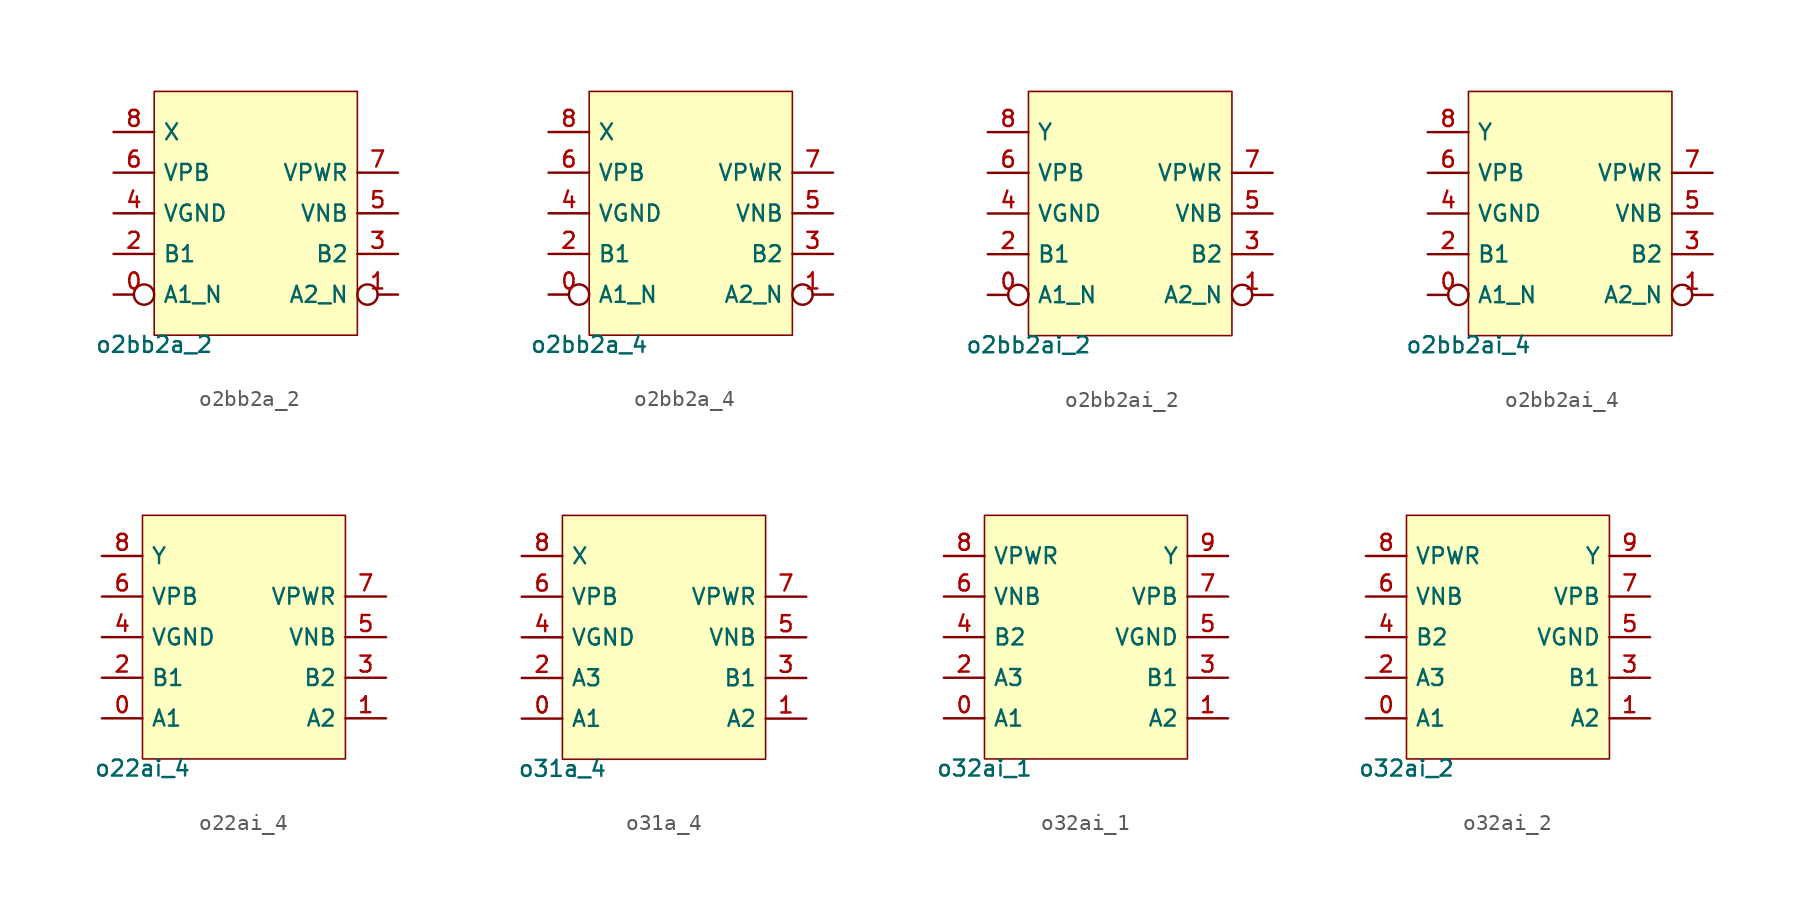
<source format=kicad_sym>
(kicad_symbol_lib
  (version 20211014)
  (generator pdk2kicad)
  (symbol "o2bb2a_2"
    (property "Reference" "X"
      (at 0 0 0)
      (effects (font (size 1 1)) hide))
    (property "Value" "o2bb2a_2"
      (at -6.35 -7.62 0)
      (effects (font (size 1 1)) (justify top)))
    (rectangle
      (start -6.35 -7.62)
      (end 6.35 7.62)
      (stroke (width 0.1) (type solid) (color 0 0 0 0))
      (fill (type background)))
    (pin bidirectional inverted
      (at -8.89 -5.08 0)
      (length 2.54)
      (name "A1_N" (effects (font (size 1 1)) hide))
      (number "0" (effects (font (size 1 1)) hide)))
    (pin bidirectional inverted
      (at 8.89 -5.08 180)
      (length 2.54)
      (name "A2_N" (effects (font (size 1 1)) hide))
      (number "1" (effects (font (size 1 1)) hide)))
    (pin bidirectional line
      (at -8.89 -2.54 0)
      (length 2.54)
      (name "B1" (effects (font (size 1 1)) hide))
      (number "2" (effects (font (size 1 1)) hide)))
    (pin bidirectional line
      (at 8.89 -2.54 180)
      (length 2.54)
      (name "B2" (effects (font (size 1 1)) hide))
      (number "3" (effects (font (size 1 1)) hide)))
    (pin bidirectional line
      (at -8.89 8.881784197001252e-16 0)
      (length 2.54)
      (name "VGND" (effects (font (size 1 1)) hide))
      (number "4" (effects (font (size 1 1)) hide)))
    (pin bidirectional line
      (at 8.89 8.881784197001252e-16 180)
      (length 2.54)
      (name "VNB" (effects (font (size 1 1)) hide))
      (number "5" (effects (font (size 1 1)) hide)))
    (pin bidirectional line
      (at -8.89 2.54 0)
      (length 2.54)
      (name "VPB" (effects (font (size 1 1)) hide))
      (number "6" (effects (font (size 1 1)) hide)))
    (pin bidirectional line
      (at 8.89 2.54 180)
      (length 2.54)
      (name "VPWR" (effects (font (size 1 1)) hide))
      (number "7" (effects (font (size 1 1)) hide)))
    (pin bidirectional line
      (at -8.89 5.08 0)
      (length 2.54)
      (name "X" (effects (font (size 1 1)) hide))
      (number "8" (effects (font (size 1 1)) hide))))
  (symbol "o2bb2a_4"
    (property "Reference" "X"
      (at 0 0 0)
      (effects (font (size 1 1)) hide))
    (property "Value" "o2bb2a_4"
      (at -6.35 -7.62 0)
      (effects (font (size 1 1)) (justify top)))
    (rectangle
      (start -6.35 -7.62)
      (end 6.35 7.62)
      (stroke (width 0.1) (type solid) (color 0 0 0 0))
      (fill (type background)))
    (pin bidirectional inverted
      (at -8.89 -5.08 0)
      (length 2.54)
      (name "A1_N" (effects (font (size 1 1)) hide))
      (number "0" (effects (font (size 1 1)) hide)))
    (pin bidirectional inverted
      (at 8.89 -5.08 180)
      (length 2.54)
      (name "A2_N" (effects (font (size 1 1)) hide))
      (number "1" (effects (font (size 1 1)) hide)))
    (pin bidirectional line
      (at -8.89 -2.54 0)
      (length 2.54)
      (name "B1" (effects (font (size 1 1)) hide))
      (number "2" (effects (font (size 1 1)) hide)))
    (pin bidirectional line
      (at 8.89 -2.54 180)
      (length 2.54)
      (name "B2" (effects (font (size 1 1)) hide))
      (number "3" (effects (font (size 1 1)) hide)))
    (pin bidirectional line
      (at -8.89 8.881784197001252e-16 0)
      (length 2.54)
      (name "VGND" (effects (font (size 1 1)) hide))
      (number "4" (effects (font (size 1 1)) hide)))
    (pin bidirectional line
      (at 8.89 8.881784197001252e-16 180)
      (length 2.54)
      (name "VNB" (effects (font (size 1 1)) hide))
      (number "5" (effects (font (size 1 1)) hide)))
    (pin bidirectional line
      (at -8.89 2.54 0)
      (length 2.54)
      (name "VPB" (effects (font (size 1 1)) hide))
      (number "6" (effects (font (size 1 1)) hide)))
    (pin bidirectional line
      (at 8.89 2.54 180)
      (length 2.54)
      (name "VPWR" (effects (font (size 1 1)) hide))
      (number "7" (effects (font (size 1 1)) hide)))
    (pin bidirectional line
      (at -8.89 5.08 0)
      (length 2.54)
      (name "X" (effects (font (size 1 1)) hide))
      (number "8" (effects (font (size 1 1)) hide))))
  (symbol "o2bb2ai_2"
    (property "Reference" "X"
      (at 0 0 0)
      (effects (font (size 1 1)) hide))
    (property "Value" "o2bb2ai_2"
      (at -6.35 -7.62 0)
      (effects (font (size 1 1)) (justify top)))
    (rectangle
      (start -6.35 -7.62)
      (end 6.35 7.62)
      (stroke (width 0.1) (type solid) (color 0 0 0 0))
      (fill (type background)))
    (pin bidirectional inverted
      (at -8.89 -5.08 0)
      (length 2.54)
      (name "A1_N" (effects (font (size 1 1)) hide))
      (number "0" (effects (font (size 1 1)) hide)))
    (pin bidirectional inverted
      (at 8.89 -5.08 180)
      (length 2.54)
      (name "A2_N" (effects (font (size 1 1)) hide))
      (number "1" (effects (font (size 1 1)) hide)))
    (pin bidirectional line
      (at -8.89 -2.54 0)
      (length 2.54)
      (name "B1" (effects (font (size 1 1)) hide))
      (number "2" (effects (font (size 1 1)) hide)))
    (pin bidirectional line
      (at 8.89 -2.54 180)
      (length 2.54)
      (name "B2" (effects (font (size 1 1)) hide))
      (number "3" (effects (font (size 1 1)) hide)))
    (pin bidirectional line
      (at -8.89 8.881784197001252e-16 0)
      (length 2.54)
      (name "VGND" (effects (font (size 1 1)) hide))
      (number "4" (effects (font (size 1 1)) hide)))
    (pin bidirectional line
      (at 8.89 8.881784197001252e-16 180)
      (length 2.54)
      (name "VNB" (effects (font (size 1 1)) hide))
      (number "5" (effects (font (size 1 1)) hide)))
    (pin bidirectional line
      (at -8.89 2.54 0)
      (length 2.54)
      (name "VPB" (effects (font (size 1 1)) hide))
      (number "6" (effects (font (size 1 1)) hide)))
    (pin bidirectional line
      (at 8.89 2.54 180)
      (length 2.54)
      (name "VPWR" (effects (font (size 1 1)) hide))
      (number "7" (effects (font (size 1 1)) hide)))
    (pin bidirectional line
      (at -8.89 5.08 0)
      (length 2.54)
      (name "Y" (effects (font (size 1 1)) hide))
      (number "8" (effects (font (size 1 1)) hide))))
  (symbol "o2bb2ai_4"
    (property "Reference" "X"
      (at 0 0 0)
      (effects (font (size 1 1)) hide))
    (property "Value" "o2bb2ai_4"
      (at -6.35 -7.62 0)
      (effects (font (size 1 1)) (justify top)))
    (rectangle
      (start -6.35 -7.62)
      (end 6.35 7.62)
      (stroke (width 0.1) (type solid) (color 0 0 0 0))
      (fill (type background)))
    (pin bidirectional inverted
      (at -8.89 -5.08 0)
      (length 2.54)
      (name "A1_N" (effects (font (size 1 1)) hide))
      (number "0" (effects (font (size 1 1)) hide)))
    (pin bidirectional inverted
      (at 8.89 -5.08 180)
      (length 2.54)
      (name "A2_N" (effects (font (size 1 1)) hide))
      (number "1" (effects (font (size 1 1)) hide)))
    (pin bidirectional line
      (at -8.89 -2.54 0)
      (length 2.54)
      (name "B1" (effects (font (size 1 1)) hide))
      (number "2" (effects (font (size 1 1)) hide)))
    (pin bidirectional line
      (at 8.89 -2.54 180)
      (length 2.54)
      (name "B2" (effects (font (size 1 1)) hide))
      (number "3" (effects (font (size 1 1)) hide)))
    (pin bidirectional line
      (at -8.89 8.881784197001252e-16 0)
      (length 2.54)
      (name "VGND" (effects (font (size 1 1)) hide))
      (number "4" (effects (font (size 1 1)) hide)))
    (pin bidirectional line
      (at 8.89 8.881784197001252e-16 180)
      (length 2.54)
      (name "VNB" (effects (font (size 1 1)) hide))
      (number "5" (effects (font (size 1 1)) hide)))
    (pin bidirectional line
      (at -8.89 2.54 0)
      (length 2.54)
      (name "VPB" (effects (font (size 1 1)) hide))
      (number "6" (effects (font (size 1 1)) hide)))
    (pin bidirectional line
      (at 8.89 2.54 180)
      (length 2.54)
      (name "VPWR" (effects (font (size 1 1)) hide))
      (number "7" (effects (font (size 1 1)) hide)))
    (pin bidirectional line
      (at -8.89 5.08 0)
      (length 2.54)
      (name "Y" (effects (font (size 1 1)) hide))
      (number "8" (effects (font (size 1 1)) hide))))
  (symbol "o22ai_4"
    (property "Reference" "X"
      (at 0 0 0)
      (effects (font (size 1 1)) hide))
    (property "Value" "o22ai_4"
      (at -6.35 -7.62 0)
      (effects (font (size 1 1)) (justify top)))
    (rectangle
      (start -6.35 -7.62)
      (end 6.35 7.62)
      (stroke (width 0.1) (type solid) (color 0 0 0 0))
      (fill (type background)))
    (pin bidirectional line
      (at -8.89 -5.08 0)
      (length 2.54)
      (name "A1" (effects (font (size 1 1)) hide))
      (number "0" (effects (font (size 1 1)) hide)))
    (pin bidirectional line
      (at 8.89 -5.08 180)
      (length 2.54)
      (name "A2" (effects (font (size 1 1)) hide))
      (number "1" (effects (font (size 1 1)) hide)))
    (pin bidirectional line
      (at -8.89 -2.54 0)
      (length 2.54)
      (name "B1" (effects (font (size 1 1)) hide))
      (number "2" (effects (font (size 1 1)) hide)))
    (pin bidirectional line
      (at 8.89 -2.54 180)
      (length 2.54)
      (name "B2" (effects (font (size 1 1)) hide))
      (number "3" (effects (font (size 1 1)) hide)))
    (pin bidirectional line
      (at -8.89 8.881784197001252e-16 0)
      (length 2.54)
      (name "VGND" (effects (font (size 1 1)) hide))
      (number "4" (effects (font (size 1 1)) hide)))
    (pin bidirectional line
      (at 8.89 8.881784197001252e-16 180)
      (length 2.54)
      (name "VNB" (effects (font (size 1 1)) hide))
      (number "5" (effects (font (size 1 1)) hide)))
    (pin bidirectional line
      (at -8.89 2.54 0)
      (length 2.54)
      (name "VPB" (effects (font (size 1 1)) hide))
      (number "6" (effects (font (size 1 1)) hide)))
    (pin bidirectional line
      (at 8.89 2.54 180)
      (length 2.54)
      (name "VPWR" (effects (font (size 1 1)) hide))
      (number "7" (effects (font (size 1 1)) hide)))
    (pin bidirectional line
      (at -8.89 5.08 0)
      (length 2.54)
      (name "Y" (effects (font (size 1 1)) hide))
      (number "8" (effects (font (size 1 1)) hide))))
  (symbol "o31a_4"
    (property "Reference" "X"
      (at 0 0 0)
      (effects (font (size 1 1)) hide))
    (property "Value" "o31a_4"
      (at -6.35 -7.62 0)
      (effects (font (size 1 1)) (justify top)))
    (rectangle
      (start -6.35 -7.62)
      (end 6.35 7.62)
      (stroke (width 0.1) (type solid) (color 0 0 0 0))
      (fill (type background)))
    (pin bidirectional line
      (at -8.89 -5.08 0)
      (length 2.54)
      (name "A1" (effects (font (size 1 1)) hide))
      (number "0" (effects (font (size 1 1)) hide)))
    (pin bidirectional line
      (at 8.89 -5.08 180)
      (length 2.54)
      (name "A2" (effects (font (size 1 1)) hide))
      (number "1" (effects (font (size 1 1)) hide)))
    (pin bidirectional line
      (at -8.89 -2.54 0)
      (length 2.54)
      (name "A3" (effects (font (size 1 1)) hide))
      (number "2" (effects (font (size 1 1)) hide)))
    (pin bidirectional line
      (at 8.89 -2.54 180)
      (length 2.54)
      (name "B1" (effects (font (size 1 1)) hide))
      (number "3" (effects (font (size 1 1)) hide)))
    (pin bidirectional line
      (at -8.89 8.881784197001252e-16 0)
      (length 2.54)
      (name "VGND" (effects (font (size 1 1)) hide))
      (number "4" (effects (font (size 1 1)) hide)))
    (pin bidirectional line
      (at 8.89 8.881784197001252e-16 180)
      (length 2.54)
      (name "VNB" (effects (font (size 1 1)) hide))
      (number "5" (effects (font (size 1 1)) hide)))
    (pin bidirectional line
      (at -8.89 2.54 0)
      (length 2.54)
      (name "VPB" (effects (font (size 1 1)) hide))
      (number "6" (effects (font (size 1 1)) hide)))
    (pin bidirectional line
      (at 8.89 2.54 180)
      (length 2.54)
      (name "VPWR" (effects (font (size 1 1)) hide))
      (number "7" (effects (font (size 1 1)) hide)))
    (pin bidirectional line
      (at -8.89 5.08 0)
      (length 2.54)
      (name "X" (effects (font (size 1 1)) hide))
      (number "8" (effects (font (size 1 1)) hide))))
  (symbol "o32ai_1"
    (property "Reference" "X"
      (at 0 0 0)
      (effects (font (size 1 1)) hide))
    (property "Value" "o32ai_1"
      (at -6.35 -7.62 0)
      (effects (font (size 1 1)) (justify top)))
    (rectangle
      (start -6.35 -7.62)
      (end 6.35 7.62)
      (stroke (width 0.1) (type solid) (color 0 0 0 0))
      (fill (type background)))
    (pin bidirectional line
      (at -8.89 -5.08 0)
      (length 2.54)
      (name "A1" (effects (font (size 1 1)) hide))
      (number "0" (effects (font (size 1 1)) hide)))
    (pin bidirectional line
      (at 8.89 -5.08 180)
      (length 2.54)
      (name "A2" (effects (font (size 1 1)) hide))
      (number "1" (effects (font (size 1 1)) hide)))
    (pin bidirectional line
      (at -8.89 -2.54 0)
      (length 2.54)
      (name "A3" (effects (font (size 1 1)) hide))
      (number "2" (effects (font (size 1 1)) hide)))
    (pin bidirectional line
      (at 8.89 -2.54 180)
      (length 2.54)
      (name "B1" (effects (font (size 1 1)) hide))
      (number "3" (effects (font (size 1 1)) hide)))
    (pin bidirectional line
      (at -8.89 8.881784197001252e-16 0)
      (length 2.54)
      (name "B2" (effects (font (size 1 1)) hide))
      (number "4" (effects (font (size 1 1)) hide)))
    (pin bidirectional line
      (at 8.89 8.881784197001252e-16 180)
      (length 2.54)
      (name "VGND" (effects (font (size 1 1)) hide))
      (number "5" (effects (font (size 1 1)) hide)))
    (pin bidirectional line
      (at -8.89 2.54 0)
      (length 2.54)
      (name "VNB" (effects (font (size 1 1)) hide))
      (number "6" (effects (font (size 1 1)) hide)))
    (pin bidirectional line
      (at 8.89 2.54 180)
      (length 2.54)
      (name "VPB" (effects (font (size 1 1)) hide))
      (number "7" (effects (font (size 1 1)) hide)))
    (pin bidirectional line
      (at -8.89 5.08 0)
      (length 2.54)
      (name "VPWR" (effects (font (size 1 1)) hide))
      (number "8" (effects (font (size 1 1)) hide)))
    (pin bidirectional line
      (at 8.89 5.08 180)
      (length 2.54)
      (name "Y" (effects (font (size 1 1)) hide))
      (number "9" (effects (font (size 1 1)) hide))))
  (symbol "o32ai_2"
    (property "Reference" "X"
      (at 0 0 0)
      (effects (font (size 1 1)) hide))
    (property "Value" "o32ai_2"
      (at -6.35 -7.62 0)
      (effects (font (size 1 1)) (justify top)))
    (rectangle
      (start -6.35 -7.62)
      (end 6.35 7.62)
      (stroke (width 0.1) (type solid) (color 0 0 0 0))
      (fill (type background)))
    (pin bidirectional line
      (at -8.89 -5.08 0)
      (length 2.54)
      (name "A1" (effects (font (size 1 1)) hide))
      (number "0" (effects (font (size 1 1)) hide)))
    (pin bidirectional line
      (at 8.89 -5.08 180)
      (length 2.54)
      (name "A2" (effects (font (size 1 1)) hide))
      (number "1" (effects (font (size 1 1)) hide)))
    (pin bidirectional line
      (at -8.89 -2.54 0)
      (length 2.54)
      (name "A3" (effects (font (size 1 1)) hide))
      (number "2" (effects (font (size 1 1)) hide)))
    (pin bidirectional line
      (at 8.89 -2.54 180)
      (length 2.54)
      (name "B1" (effects (font (size 1 1)) hide))
      (number "3" (effects (font (size 1 1)) hide)))
    (pin bidirectional line
      (at -8.89 8.881784197001252e-16 0)
      (length 2.54)
      (name "B2" (effects (font (size 1 1)) hide))
      (number "4" (effects (font (size 1 1)) hide)))
    (pin bidirectional line
      (at 8.89 8.881784197001252e-16 180)
      (length 2.54)
      (name "VGND" (effects (font (size 1 1)) hide))
      (number "5" (effects (font (size 1 1)) hide)))
    (pin bidirectional line
      (at -8.89 2.54 0)
      (length 2.54)
      (name "VNB" (effects (font (size 1 1)) hide))
      (number "6" (effects (font (size 1 1)) hide)))
    (pin bidirectional line
      (at 8.89 2.54 180)
      (length 2.54)
      (name "VPB" (effects (font (size 1 1)) hide))
      (number "7" (effects (font (size 1 1)) hide)))
    (pin bidirectional line
      (at -8.89 5.08 0)
      (length 2.54)
      (name "VPWR" (effects (font (size 1 1)) hide))
      (number "8" (effects (font (size 1 1)) hide)))
    (pin bidirectional line
      (at 8.89 5.08 180)
      (length 2.54)
      (name "Y" (effects (font (size 1 1)) hide))
      (number "9" (effects (font (size 1 1)) hide)))))
</source>
